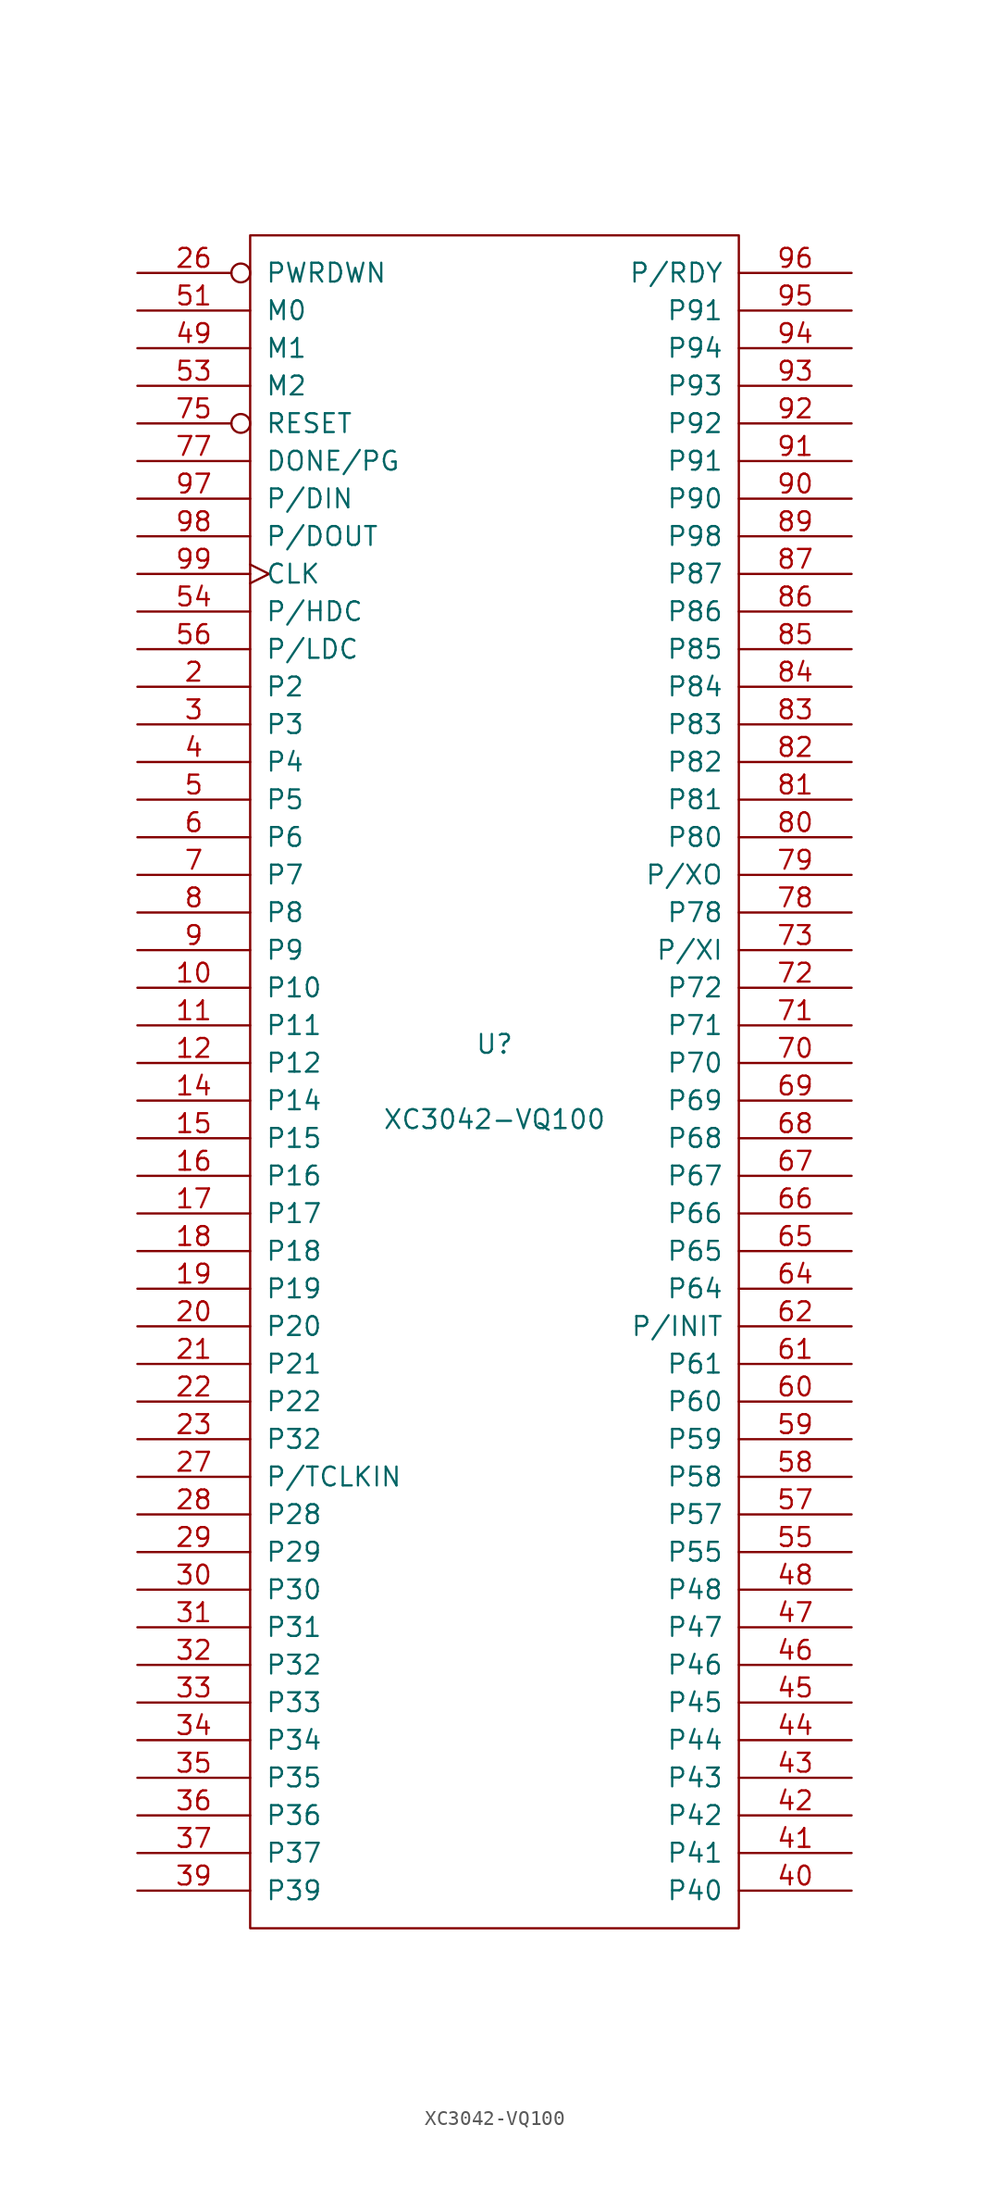
<source format=kicad_sym>
(kicad_symbol_lib
  (version 20201005)
  (generator kicad_symbol_editor)
  (symbol "FPGA_Xilinx:XC3042-VQ100"
    (pin_names
      (offset 1.016))
    (property "Reference" "U"
      (at 0 2.54 0)
      (effects (font (size 1.27 1.27))))
    (property "Value" "XC3042-VQ100"
      (at 0 -2.54 0)
      (effects (font (size 1.27 1.27))))
    (symbol "XC3042-VQ100_0_1"
      (rectangle (start -16.51 -57.15) (end 16.51 57.15) (stroke (width 0)) (fill (type none))))
    (symbol "XC3042-VQ100_1_1"
      (pin power_in line (at -3.81 -57.15 90) (length 0) hide (name "GND" (effects (font (size 1.27 1.27)))) (number "1" (effects (font (size 1.27 1.27)))))
      (pin passive line (at -24.13 6.35 0) (length 7.62) (name "P10" (effects (font (size 1.27 1.27)))) (number "10" (effects (font (size 1.27 1.27)))))
      (pin power_in line (at 8.89 57.15 270) (length 0) hide (name "VCC" (effects (font (size 1.27 1.27)))) (number "100" (effects (font (size 1.27 1.27)))))
      (pin passive line (at -24.13 3.81 0) (length 7.62) (name "P11" (effects (font (size 1.27 1.27)))) (number "11" (effects (font (size 1.27 1.27)))))
      (pin passive line (at -24.13 1.27 0) (length 7.62) (name "P12" (effects (font (size 1.27 1.27)))) (number "12" (effects (font (size 1.27 1.27)))))
      (pin power_in line (at -1.27 -57.15 90) (length 0) hide (name "GND" (effects (font (size 1.27 1.27)))) (number "13" (effects (font (size 1.27 1.27)))))
      (pin passive line (at -24.13 -1.27 0) (length 7.62) (name "P14" (effects (font (size 1.27 1.27)))) (number "14" (effects (font (size 1.27 1.27)))))
      (pin passive line (at -24.13 -3.81 0) (length 7.62) (name "P15" (effects (font (size 1.27 1.27)))) (number "15" (effects (font (size 1.27 1.27)))))
      (pin passive line (at -24.13 -6.35 0) (length 7.62) (name "P16" (effects (font (size 1.27 1.27)))) (number "16" (effects (font (size 1.27 1.27)))))
      (pin passive line (at -24.13 -8.89 0) (length 7.62) (name "P17" (effects (font (size 1.27 1.27)))) (number "17" (effects (font (size 1.27 1.27)))))
      (pin passive line (at -24.13 -11.43 0) (length 7.62) (name "P18" (effects (font (size 1.27 1.27)))) (number "18" (effects (font (size 1.27 1.27)))))
      (pin passive line (at -24.13 -13.97 0) (length 7.62) (name "P19" (effects (font (size 1.27 1.27)))) (number "19" (effects (font (size 1.27 1.27)))))
      (pin passive line (at -24.13 26.67 0) (length 7.62) (name "P2" (effects (font (size 1.27 1.27)))) (number "2" (effects (font (size 1.27 1.27)))))
      (pin passive line (at -24.13 -16.51 0) (length 7.62) (name "P20" (effects (font (size 1.27 1.27)))) (number "20" (effects (font (size 1.27 1.27)))))
      (pin passive line (at -24.13 -19.05 0) (length 7.62) (name "P21" (effects (font (size 1.27 1.27)))) (number "21" (effects (font (size 1.27 1.27)))))
      (pin passive line (at -24.13 -21.59 0) (length 7.62) (name "P22" (effects (font (size 1.27 1.27)))) (number "22" (effects (font (size 1.27 1.27)))))
      (pin passive line (at -24.13 -24.13 0) (length 7.62) (name "P32" (effects (font (size 1.27 1.27)))) (number "23" (effects (font (size 1.27 1.27)))))
      (pin power_in line (at -3.81 57.15 270) (length 0) hide (name "VCC" (effects (font (size 1.27 1.27)))) (number "24" (effects (font (size 1.27 1.27)))))
      (pin power_in line (at 1.27 -57.15 90) (length 0) hide (name "GND" (effects (font (size 1.27 1.27)))) (number "25" (effects (font (size 1.27 1.27)))))
      (pin input inverted (at -24.13 54.61 0) (length 7.62) (name "PWRDWN" (effects (font (size 1.27 1.27)))) (number "26" (effects (font (size 1.27 1.27)))))
      (pin passive line (at -24.13 -26.67 0) (length 7.62) (name "P/TCLKIN" (effects (font (size 1.27 1.27)))) (number "27" (effects (font (size 1.27 1.27)))))
      (pin passive line (at -24.13 -29.21 0) (length 7.62) (name "P28" (effects (font (size 1.27 1.27)))) (number "28" (effects (font (size 1.27 1.27)))))
      (pin passive line (at -24.13 -31.75 0) (length 7.62) (name "P29" (effects (font (size 1.27 1.27)))) (number "29" (effects (font (size 1.27 1.27)))))
      (pin passive line (at -24.13 24.13 0) (length 7.62) (name "P3" (effects (font (size 1.27 1.27)))) (number "3" (effects (font (size 1.27 1.27)))))
      (pin passive line (at -24.13 -34.29 0) (length 7.62) (name "P30" (effects (font (size 1.27 1.27)))) (number "30" (effects (font (size 1.27 1.27)))))
      (pin passive line (at -24.13 -36.83 0) (length 7.62) (name "P31" (effects (font (size 1.27 1.27)))) (number "31" (effects (font (size 1.27 1.27)))))
      (pin passive line (at -24.13 -39.37 0) (length 7.62) (name "P32" (effects (font (size 1.27 1.27)))) (number "32" (effects (font (size 1.27 1.27)))))
      (pin passive line (at -24.13 -41.91 0) (length 7.62) (name "P33" (effects (font (size 1.27 1.27)))) (number "33" (effects (font (size 1.27 1.27)))))
      (pin passive line (at -24.13 -44.45 0) (length 7.62) (name "P34" (effects (font (size 1.27 1.27)))) (number "34" (effects (font (size 1.27 1.27)))))
      (pin passive line (at -24.13 -46.99 0) (length 7.62) (name "P35" (effects (font (size 1.27 1.27)))) (number "35" (effects (font (size 1.27 1.27)))))
      (pin passive line (at -24.13 -49.53 0) (length 7.62) (name "P36" (effects (font (size 1.27 1.27)))) (number "36" (effects (font (size 1.27 1.27)))))
      (pin passive line (at -24.13 -52.07 0) (length 7.62) (name "P37" (effects (font (size 1.27 1.27)))) (number "37" (effects (font (size 1.27 1.27)))))
      (pin power_in line (at -1.27 57.15 270) (length 0) hide (name "VCC" (effects (font (size 1.27 1.27)))) (number "38" (effects (font (size 1.27 1.27)))))
      (pin passive line (at -24.13 -54.61 0) (length 7.62) (name "P39" (effects (font (size 1.27 1.27)))) (number "39" (effects (font (size 1.27 1.27)))))
      (pin passive line (at -24.13 21.59 0) (length 7.62) (name "P4" (effects (font (size 1.27 1.27)))) (number "4" (effects (font (size 1.27 1.27)))))
      (pin passive line (at 24.13 -54.61 180) (length 7.62) (name "P40" (effects (font (size 1.27 1.27)))) (number "40" (effects (font (size 1.27 1.27)))))
      (pin passive line (at 24.13 -52.07 180) (length 7.62) (name "P41" (effects (font (size 1.27 1.27)))) (number "41" (effects (font (size 1.27 1.27)))))
      (pin passive line (at 24.13 -49.53 180) (length 7.62) (name "P42" (effects (font (size 1.27 1.27)))) (number "42" (effects (font (size 1.27 1.27)))))
      (pin passive line (at 24.13 -46.99 180) (length 7.62) (name "P43" (effects (font (size 1.27 1.27)))) (number "43" (effects (font (size 1.27 1.27)))))
      (pin passive line (at 24.13 -44.45 180) (length 7.62) (name "P44" (effects (font (size 1.27 1.27)))) (number "44" (effects (font (size 1.27 1.27)))))
      (pin passive line (at 24.13 -41.91 180) (length 7.62) (name "P45" (effects (font (size 1.27 1.27)))) (number "45" (effects (font (size 1.27 1.27)))))
      (pin passive line (at 24.13 -39.37 180) (length 7.62) (name "P46" (effects (font (size 1.27 1.27)))) (number "46" (effects (font (size 1.27 1.27)))))
      (pin passive line (at 24.13 -36.83 180) (length 7.62) (name "P47" (effects (font (size 1.27 1.27)))) (number "47" (effects (font (size 1.27 1.27)))))
      (pin passive line (at 24.13 -34.29 180) (length 7.62) (name "P48" (effects (font (size 1.27 1.27)))) (number "48" (effects (font (size 1.27 1.27)))))
      (pin input line (at -24.13 49.53 0) (length 7.62) (name "M1" (effects (font (size 1.27 1.27)))) (number "49" (effects (font (size 1.27 1.27)))))
      (pin passive line (at -24.13 19.05 0) (length 7.62) (name "P5" (effects (font (size 1.27 1.27)))) (number "5" (effects (font (size 1.27 1.27)))))
      (pin power_in line (at 3.81 -57.15 90) (length 0) hide (name "GND" (effects (font (size 1.27 1.27)))) (number "50" (effects (font (size 1.27 1.27)))))
      (pin input line (at -24.13 52.07 0) (length 7.62) (name "M0" (effects (font (size 1.27 1.27)))) (number "51" (effects (font (size 1.27 1.27)))))
      (pin power_in line (at 1.27 57.15 270) (length 0) hide (name "VCC" (effects (font (size 1.27 1.27)))) (number "52" (effects (font (size 1.27 1.27)))))
      (pin passive line (at -24.13 46.99 0) (length 7.62) (name "M2" (effects (font (size 1.27 1.27)))) (number "53" (effects (font (size 1.27 1.27)))))
      (pin passive line (at -24.13 31.75 0) (length 7.62) (name "P/HDC" (effects (font (size 1.27 1.27)))) (number "54" (effects (font (size 1.27 1.27)))))
      (pin passive line (at 24.13 -31.75 180) (length 7.62) (name "P55" (effects (font (size 1.27 1.27)))) (number "55" (effects (font (size 1.27 1.27)))))
      (pin passive line (at -24.13 29.21 0) (length 7.62) (name "P/LDC" (effects (font (size 1.27 1.27)))) (number "56" (effects (font (size 1.27 1.27)))))
      (pin passive line (at 24.13 -29.21 180) (length 7.62) (name "P57" (effects (font (size 1.27 1.27)))) (number "57" (effects (font (size 1.27 1.27)))))
      (pin passive line (at 24.13 -26.67 180) (length 7.62) (name "P58" (effects (font (size 1.27 1.27)))) (number "58" (effects (font (size 1.27 1.27)))))
      (pin passive line (at 24.13 -24.13 180) (length 7.62) (name "P59" (effects (font (size 1.27 1.27)))) (number "59" (effects (font (size 1.27 1.27)))))
      (pin passive line (at -24.13 16.51 0) (length 7.62) (name "P6" (effects (font (size 1.27 1.27)))) (number "6" (effects (font (size 1.27 1.27)))))
      (pin passive line (at 24.13 -21.59 180) (length 7.62) (name "P60" (effects (font (size 1.27 1.27)))) (number "60" (effects (font (size 1.27 1.27)))))
      (pin passive line (at 24.13 -19.05 180) (length 7.62) (name "P61" (effects (font (size 1.27 1.27)))) (number "61" (effects (font (size 1.27 1.27)))))
      (pin passive line (at 24.13 -16.51 180) (length 7.62) (name "P/INIT" (effects (font (size 1.27 1.27)))) (number "62" (effects (font (size 1.27 1.27)))))
      (pin power_in line (at 6.35 -57.15 90) (length 0) hide (name "GND" (effects (font (size 1.27 1.27)))) (number "63" (effects (font (size 1.27 1.27)))))
      (pin passive line (at 24.13 -13.97 180) (length 7.62) (name "P64" (effects (font (size 1.27 1.27)))) (number "64" (effects (font (size 1.27 1.27)))))
      (pin passive line (at 24.13 -11.43 180) (length 7.62) (name "P65" (effects (font (size 1.27 1.27)))) (number "65" (effects (font (size 1.27 1.27)))))
      (pin passive line (at 24.13 -8.89 180) (length 7.62) (name "P66" (effects (font (size 1.27 1.27)))) (number "66" (effects (font (size 1.27 1.27)))))
      (pin passive line (at 24.13 -6.35 180) (length 7.62) (name "P67" (effects (font (size 1.27 1.27)))) (number "67" (effects (font (size 1.27 1.27)))))
      (pin passive line (at 24.13 -3.81 180) (length 7.62) (name "P68" (effects (font (size 1.27 1.27)))) (number "68" (effects (font (size 1.27 1.27)))))
      (pin passive line (at 24.13 -1.27 180) (length 7.62) (name "P69" (effects (font (size 1.27 1.27)))) (number "69" (effects (font (size 1.27 1.27)))))
      (pin passive line (at -24.13 13.97 0) (length 7.62) (name "P7" (effects (font (size 1.27 1.27)))) (number "7" (effects (font (size 1.27 1.27)))))
      (pin passive line (at 24.13 1.27 180) (length 7.62) (name "P70" (effects (font (size 1.27 1.27)))) (number "70" (effects (font (size 1.27 1.27)))))
      (pin passive line (at 24.13 3.81 180) (length 7.62) (name "P71" (effects (font (size 1.27 1.27)))) (number "71" (effects (font (size 1.27 1.27)))))
      (pin passive line (at 24.13 6.35 180) (length 7.62) (name "P72" (effects (font (size 1.27 1.27)))) (number "72" (effects (font (size 1.27 1.27)))))
      (pin passive line (at 24.13 8.89 180) (length 7.62) (name "P/XI" (effects (font (size 1.27 1.27)))) (number "73" (effects (font (size 1.27 1.27)))))
      (pin power_in line (at 8.89 -57.15 90) (length 0) hide (name "GND" (effects (font (size 1.27 1.27)))) (number "74" (effects (font (size 1.27 1.27)))))
      (pin input inverted (at -24.13 44.45 0) (length 7.62) (name "RESET" (effects (font (size 1.27 1.27)))) (number "75" (effects (font (size 1.27 1.27)))))
      (pin power_in line (at 3.81 57.15 270) (length 0) hide (name "VCC" (effects (font (size 1.27 1.27)))) (number "76" (effects (font (size 1.27 1.27)))))
      (pin open_collector line (at -24.13 41.91 0) (length 7.62) (name "DONE/PG" (effects (font (size 1.27 1.27)))) (number "77" (effects (font (size 1.27 1.27)))))
      (pin passive line (at 24.13 11.43 180) (length 7.62) (name "P78" (effects (font (size 1.27 1.27)))) (number "78" (effects (font (size 1.27 1.27)))))
      (pin passive line (at 24.13 13.97 180) (length 7.62) (name "P/XO" (effects (font (size 1.27 1.27)))) (number "79" (effects (font (size 1.27 1.27)))))
      (pin passive line (at -24.13 11.43 0) (length 7.62) (name "P8" (effects (font (size 1.27 1.27)))) (number "8" (effects (font (size 1.27 1.27)))))
      (pin passive line (at 24.13 16.51 180) (length 7.62) (name "P80" (effects (font (size 1.27 1.27)))) (number "80" (effects (font (size 1.27 1.27)))))
      (pin passive line (at 24.13 19.05 180) (length 7.62) (name "P81" (effects (font (size 1.27 1.27)))) (number "81" (effects (font (size 1.27 1.27)))))
      (pin passive line (at 24.13 21.59 180) (length 7.62) (name "P82" (effects (font (size 1.27 1.27)))) (number "82" (effects (font (size 1.27 1.27)))))
      (pin passive line (at 24.13 24.13 180) (length 7.62) (name "P83" (effects (font (size 1.27 1.27)))) (number "83" (effects (font (size 1.27 1.27)))))
      (pin passive line (at 24.13 26.67 180) (length 7.62) (name "P84" (effects (font (size 1.27 1.27)))) (number "84" (effects (font (size 1.27 1.27)))))
      (pin passive line (at 24.13 29.21 180) (length 7.62) (name "P85" (effects (font (size 1.27 1.27)))) (number "85" (effects (font (size 1.27 1.27)))))
      (pin passive line (at 24.13 31.75 180) (length 7.62) (name "P86" (effects (font (size 1.27 1.27)))) (number "86" (effects (font (size 1.27 1.27)))))
      (pin passive line (at 24.13 34.29 180) (length 7.62) (name "P87" (effects (font (size 1.27 1.27)))) (number "87" (effects (font (size 1.27 1.27)))))
      (pin power_in line (at 6.35 57.15 270) (length 0) hide (name "VCC" (effects (font (size 1.27 1.27)))) (number "88" (effects (font (size 1.27 1.27)))))
      (pin passive line (at 24.13 36.83 180) (length 7.62) (name "P98" (effects (font (size 1.27 1.27)))) (number "89" (effects (font (size 1.27 1.27)))))
      (pin passive line (at -24.13 8.89 0) (length 7.62) (name "P9" (effects (font (size 1.27 1.27)))) (number "9" (effects (font (size 1.27 1.27)))))
      (pin passive line (at 24.13 39.37 180) (length 7.62) (name "P90" (effects (font (size 1.27 1.27)))) (number "90" (effects (font (size 1.27 1.27)))))
      (pin passive line (at 24.13 41.91 180) (length 7.62) (name "P91" (effects (font (size 1.27 1.27)))) (number "91" (effects (font (size 1.27 1.27)))))
      (pin passive line (at 24.13 44.45 180) (length 7.62) (name "P92" (effects (font (size 1.27 1.27)))) (number "92" (effects (font (size 1.27 1.27)))))
      (pin passive line (at 24.13 46.99 180) (length 7.62) (name "P93" (effects (font (size 1.27 1.27)))) (number "93" (effects (font (size 1.27 1.27)))))
      (pin passive line (at 24.13 49.53 180) (length 7.62) (name "P94" (effects (font (size 1.27 1.27)))) (number "94" (effects (font (size 1.27 1.27)))))
      (pin passive line (at 24.13 52.07 180) (length 7.62) (name "P91" (effects (font (size 1.27 1.27)))) (number "95" (effects (font (size 1.27 1.27)))))
      (pin passive line (at 24.13 54.61 180) (length 7.62) (name "P/RDY" (effects (font (size 1.27 1.27)))) (number "96" (effects (font (size 1.27 1.27)))))
      (pin passive line (at -24.13 39.37 0) (length 7.62) (name "P/DIN" (effects (font (size 1.27 1.27)))) (number "97" (effects (font (size 1.27 1.27)))))
      (pin passive line (at -24.13 36.83 0) (length 7.62) (name "P/DOUT" (effects (font (size 1.27 1.27)))) (number "98" (effects (font (size 1.27 1.27)))))
      (pin bidirectional clock (at -24.13 34.29 0) (length 7.62) (name "CLK" (effects (font (size 1.27 1.27)))) (number "99" (effects (font (size 1.27 1.27))))))))
</source>
